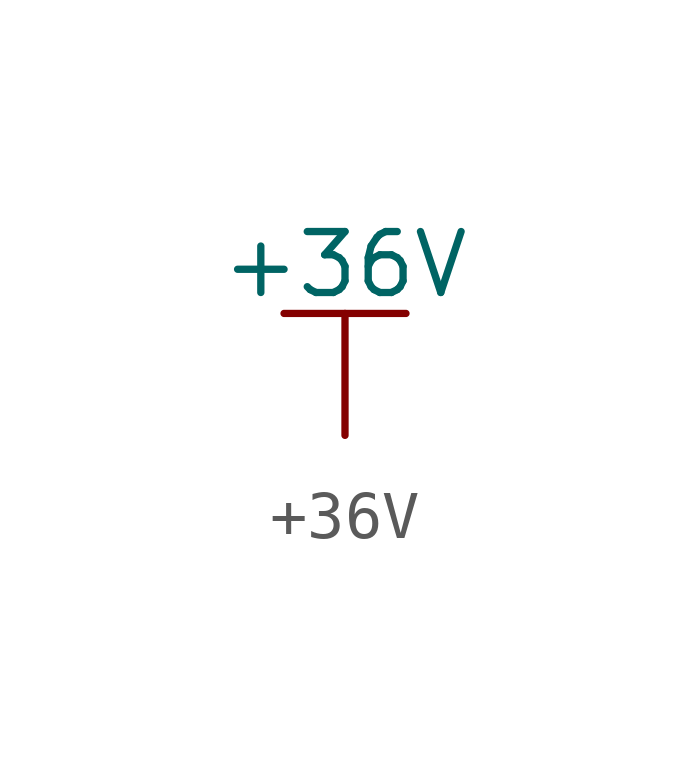
<source format=kicad_sym>
(kicad_symbol_lib
  (version 20220914)
  (generator kicad_symbol_editor)
  (symbol "+36V"
    (power)
    (pin_names
      (offset 0))
    (property "Reference" "#PWR"
      (at 0 -3.81 0)
      (effects (font (size 1.27 1.27)) hide))
    (property "Value" "+36V"
      (at 0 3.556 0)
      (effects (font (size 1.27 1.27))))
    (symbol "+36V_0_1"
      (polyline (pts (xy -1.27 2.54) (xy 1.27 2.54)) (stroke (width 0) (type solid)) (fill (type none)))
      (polyline (pts (xy 0 0) (xy 0 2.54)) (stroke (width 0) (type solid)) (fill (type none))))
    (symbol "+36V_1_1"
      (pin power_in line (at 0 0 90) (length 0) hide (name "+36V" (effects (font (size 1.27 1.27)))) (number "1" (effects (font (size 1.27 1.27))))))))
</source>
